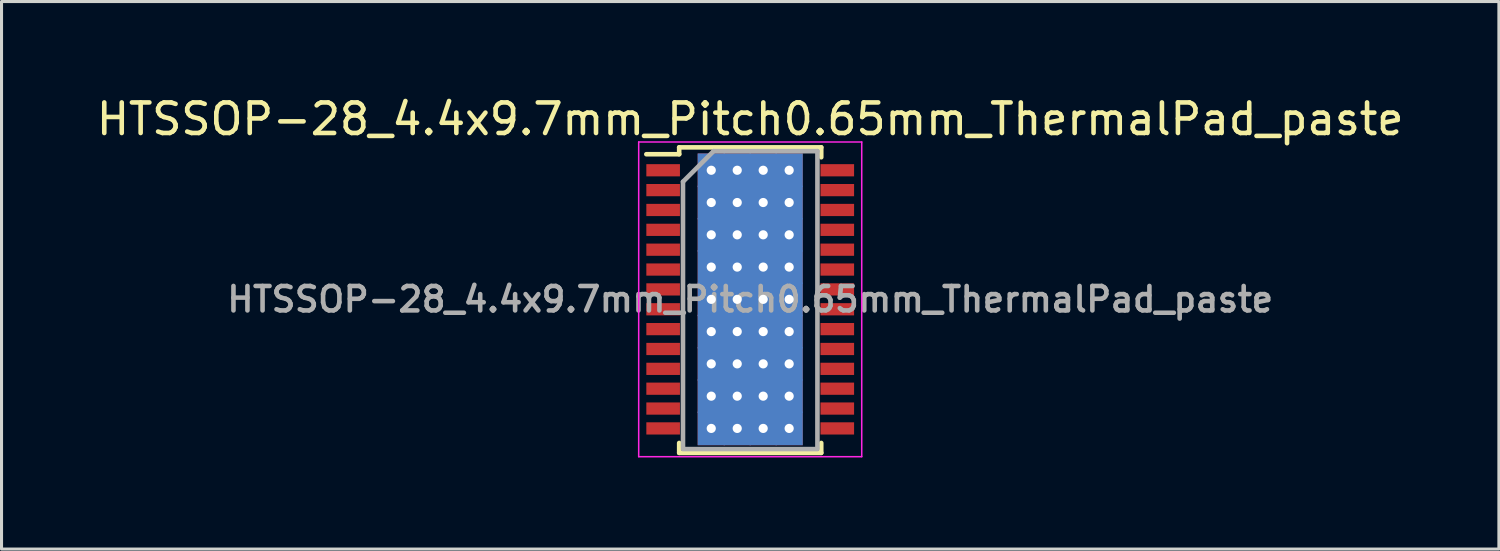
<source format=kicad_pcb>
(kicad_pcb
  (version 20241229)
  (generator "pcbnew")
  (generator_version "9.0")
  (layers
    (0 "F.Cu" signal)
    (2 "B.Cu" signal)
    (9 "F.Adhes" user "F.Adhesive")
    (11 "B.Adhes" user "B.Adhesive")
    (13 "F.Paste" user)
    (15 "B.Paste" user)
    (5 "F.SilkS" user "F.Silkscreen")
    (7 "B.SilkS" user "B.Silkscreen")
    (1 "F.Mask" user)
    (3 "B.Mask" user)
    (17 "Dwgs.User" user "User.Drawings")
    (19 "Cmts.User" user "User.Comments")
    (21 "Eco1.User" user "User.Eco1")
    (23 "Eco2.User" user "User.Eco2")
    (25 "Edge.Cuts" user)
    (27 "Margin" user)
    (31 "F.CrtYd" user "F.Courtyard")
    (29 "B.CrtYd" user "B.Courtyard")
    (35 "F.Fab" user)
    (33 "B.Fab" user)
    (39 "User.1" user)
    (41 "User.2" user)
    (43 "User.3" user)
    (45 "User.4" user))
  (footprint "HTSSOP-28_4.4x9.7mm_Pitch0.65mm_ThermalPad_paste"
    (layer "F.Cu")
    (at 21.506 6.748)
    (property "Reference" "HTSSOP-28_4.4x9.7mm_Pitch0.65mm_ThermalPad_paste" (at 0 -5.9 0) (layer "F.SilkS") (effects (font (size 1 1) (thickness 0.15))))
    (attr smd)
    (fp_line (start -2.325 -4.975) (end -2.325 -4.75) (stroke (width 0.15) (type solid)) (layer "F.SilkS"))
    (fp_line (start -2.325 -4.975) (end 2.325 -4.975) (stroke (width 0.15) (type solid)) (layer "F.SilkS"))
    (fp_line (start -2.325 -4.75) (end -3.4 -4.75) (stroke (width 0.15) (type solid)) (layer "F.SilkS"))
    (fp_line (start -2.325 5.026) (end -2.325 4.701) (stroke (width 0.15) (type solid)) (layer "F.SilkS"))
    (fp_line (start -2.325 5.026) (end 2.325 5.026) (stroke (width 0.15) (type solid)) (layer "F.SilkS"))
    (fp_line (start 2.325 -4.975) (end 2.325 -4.65) (stroke (width 0.15) (type solid)) (layer "F.SilkS"))
    (fp_line (start 2.325 5.026) (end 2.325 4.701) (stroke (width 0.15) (type solid)) (layer "F.SilkS"))
    (fp_line (start -3.65 -5.15) (end -3.65 5.15) (stroke (width 0.05) (type solid)) (layer "F.CrtYd"))
    (fp_line (start -3.65 -5.15) (end 3.65 -5.15) (stroke (width 0.05) (type solid)) (layer "F.CrtYd"))
    (fp_line (start -3.65 5.15) (end 3.65 5.15) (stroke (width 0.05) (type solid)) (layer "F.CrtYd"))
    (fp_line (start 3.65 -5.15) (end 3.65 5.15) (stroke (width 0.05) (type solid)) (layer "F.CrtYd"))
    (fp_line (start -2.2 -3.85) (end -1.2 -4.85) (stroke (width 0.15) (type solid)) (layer "F.Fab"))
    (fp_line (start -2.2 4.85) (end -2.2 -3.85) (stroke (width 0.15) (type solid)) (layer "F.Fab"))
    (fp_line (start -1.2 -4.85) (end 2.2 -4.85) (stroke (width 0.15) (type solid)) (layer "F.Fab"))
    (fp_line (start 2.2 -4.85) (end 2.2 4.85) (stroke (width 0.15) (type solid)) (layer "F.Fab"))
    (fp_line (start 2.2 4.901) (end -2.2 4.901) (stroke (width 0.15) (type solid)) (layer "F.Fab"))
    (fp_text user "${REFERENCE}" (at 0 0 0) (layer "F.Fab") (effects (font (size 0.8 0.8) (thickness 0.15))))
    (pad "" smd rect (at -0.9 -3.65) (size 0.5 0.5) (layers "F.Paste"))
    (pad "" smd rect (at -0.9 -2.6) (size 0.5 0.5) (layers "F.Paste"))
    (pad "" smd rect (at -0.9 2.65) (size 0.5 0.5) (layers "F.Paste"))
    (pad "" smd rect (at -0.9 3.7) (size 0.5 0.5) (layers "F.Paste"))
    (pad "" smd rect (at -0.85 -1.6) (size 0.5 0.5) (layers "F.Paste"))
    (pad "" smd rect (at -0.85 -0.5) (size 0.5 0.5) (layers "F.Paste"))
    (pad "" smd rect (at -0.85 0.55) (size 0.5 0.5) (layers "F.Paste"))
    (pad "" smd rect (at -0.85 1.6) (size 0.5 0.5) (layers "F.Paste"))
    (pad "" smd rect (at 0 -3.65) (size 0.5 0.5) (layers "F.Paste"))
    (pad "" smd rect (at 0 -2.6) (size 0.5 0.5) (layers "F.Paste"))
    (pad "" smd rect (at 0 -1.6) (size 0.5 0.5) (layers "F.Paste"))
    (pad "" smd rect (at 0 -0.5) (size 0.5 0.5) (layers "F.Paste"))
    (pad "" smd rect (at 0 0.55) (size 0.5 0.5) (layers "F.Paste"))
    (pad "" smd rect (at 0 1.6) (size 0.5 0.5) (layers "F.Paste"))
    (pad "" smd rect (at 0 2.65) (size 0.5 0.5) (layers "F.Paste"))
    (pad "" smd rect (at 0 3.7) (size 0.5 0.5) (layers "F.Paste"))
    (pad "" smd rect (at 0.85 -3.65) (size 0.5 0.5) (layers "F.Paste"))
    (pad "" smd rect (at 0.85 -2.6) (size 0.5 0.5) (layers "F.Paste"))
    (pad "" smd rect (at 0.85 -1.6) (size 0.5 0.5) (layers "F.Paste"))
    (pad "" smd rect (at 0.85 -0.5) (size 0.5 0.5) (layers "F.Paste"))
    (pad "" smd rect (at 0.85 0.55) (size 0.5 0.5) (layers "F.Paste"))
    (pad "" smd rect (at 0.85 1.6) (size 0.5 0.5) (layers "F.Paste"))
    (pad "" smd rect (at 0.85 2.65) (size 0.5 0.5) (layers "F.Paste"))
    (pad "" smd rect (at 0.85 3.7) (size 0.5 0.5) (layers "F.Paste"))
    (pad "1" smd rect (at -2.85 -4.225) (size 1.1 0.4) (layers "F.Cu" "F.Mask" "F.Paste"))
    (pad "2" smd rect (at -2.85 -3.575) (size 1.1 0.4) (layers "F.Cu" "F.Mask" "F.Paste"))
    (pad "3" smd rect (at -2.85 -2.925) (size 1.1 0.4) (layers "F.Cu" "F.Mask" "F.Paste"))
    (pad "4" smd rect (at -2.85 -2.275) (size 1.1 0.4) (layers "F.Cu" "F.Mask" "F.Paste"))
    (pad "5" smd rect (at -2.85 -1.625) (size 1.1 0.4) (layers "F.Cu" "F.Mask" "F.Paste"))
    (pad "6" smd rect (at -2.85 -0.975) (size 1.1 0.4) (layers "F.Cu" "F.Mask" "F.Paste"))
    (pad "7" smd rect (at -2.85 -0.325) (size 1.1 0.4) (layers "F.Cu" "F.Mask" "F.Paste"))
    (pad "8" smd rect (at -2.85 0.325) (size 1.1 0.4) (layers "F.Cu" "F.Mask" "F.Paste"))
    (pad "9" smd rect (at -2.85 0.975) (size 1.1 0.4) (layers "F.Cu" "F.Mask" "F.Paste"))
    (pad "10" smd rect (at -2.85 1.625) (size 1.1 0.4) (layers "F.Cu" "F.Mask" "F.Paste"))
    (pad "11" smd rect (at -2.85 2.275) (size 1.1 0.4) (layers "F.Cu" "F.Mask" "F.Paste"))
    (pad "12" smd rect (at -2.85 2.925) (size 1.1 0.4) (layers "F.Cu" "F.Mask" "F.Paste"))
    (pad "13" smd rect (at -2.85 3.575) (size 1.1 0.4) (layers "F.Cu" "F.Mask" "F.Paste"))
    (pad "14" smd rect (at -2.85 4.225) (size 1.1 0.4) (layers "F.Cu" "F.Mask" "F.Paste"))
    (pad "15" smd rect (at 2.85 4.225) (size 1.1 0.4) (layers "F.Cu" "F.Mask" "F.Paste"))
    (pad "16" smd rect (at 2.85 3.575) (size 1.1 0.4) (layers "F.Cu" "F.Mask" "F.Paste"))
    (pad "17" smd rect (at 2.85 2.925) (size 1.1 0.4) (layers "F.Cu" "F.Mask" "F.Paste"))
    (pad "18" smd rect (at 2.85 2.275) (size 1.1 0.4) (layers "F.Cu" "F.Mask" "F.Paste"))
    (pad "19" smd rect (at 2.85 1.625) (size 1.1 0.4) (layers "F.Cu" "F.Mask" "F.Paste"))
    (pad "20" smd rect (at 2.85 0.975) (size 1.1 0.4) (layers "F.Cu" "F.Mask" "F.Paste"))
    (pad "21" smd rect (at 2.85 0.325) (size 1.1 0.4) (layers "F.Cu" "F.Mask" "F.Paste"))
    (pad "22" smd rect (at 2.85 -0.325) (size 1.1 0.4) (layers "F.Cu" "F.Mask" "F.Paste"))
    (pad "23" smd rect (at 2.85 -0.975) (size 1.1 0.4) (layers "F.Cu" "F.Mask" "F.Paste"))
    (pad "24" smd rect (at 2.85 -1.625) (size 1.1 0.4) (layers "F.Cu" "F.Mask" "F.Paste"))
    (pad "25" smd rect (at 2.85 -2.275) (size 1.1 0.4) (layers "F.Cu" "F.Mask" "F.Paste"))
    (pad "26" smd rect (at 2.85 -2.925) (size 1.1 0.4) (layers "F.Cu" "F.Mask" "F.Paste"))
    (pad "27" smd rect (at 2.85 -3.575) (size 1.1 0.4) (layers "F.Cu" "F.Mask" "F.Paste"))
    (pad "28" smd rect (at 2.85 -4.225) (size 1.1 0.4) (layers "F.Cu" "F.Mask" "F.Paste"))
    (pad "29" thru_hole rect (at -1.275 -4.225) (size 0.89 1.1) (drill 0.3) (layers "*.Cu" "*.Mask"))
    (pad "29" thru_hole rect (at -1.275 -3.169) (size 0.89 1.1) (drill 0.3) (layers "*.Cu" "*.Mask"))
    (pad "29" thru_hole rect (at -1.275 -2.112) (size 0.89 1.1) (drill 0.3) (layers "*.Cu" "*.Mask"))
    (pad "29" thru_hole rect (at -1.275 -1.056) (size 0.89 1.1) (drill 0.3) (layers "*.Cu" "*.Mask"))
    (pad "29" thru_hole rect (at -1.275 0) (size 0.89 1.1) (drill 0.3) (layers "*.Cu" "*.Mask"))
    (pad "29" thru_hole rect (at -1.275 1.056) (size 0.89 1.1) (drill 0.3) (layers "*.Cu" "*.Mask"))
    (pad "29" thru_hole rect (at -1.275 2.112) (size 0.89 1.1) (drill 0.3) (layers "*.Cu" "*.Mask"))
    (pad "29" thru_hole rect (at -1.275 3.169) (size 0.89 1.1) (drill 0.3) (layers "*.Cu" "*.Mask"))
    (pad "29" thru_hole rect (at -1.275 4.225) (size 0.89 1.1) (drill 0.3) (layers "*.Cu" "*.Mask"))
    (pad "29" thru_hole rect (at -0.425 -4.225) (size 0.89 1.1) (drill 0.3) (layers "*.Cu" "*.Mask"))
    (pad "29" thru_hole rect (at -0.425 -3.169) (size 0.89 1.1) (drill 0.3) (layers "*.Cu" "*.Mask"))
    (pad "29" thru_hole rect (at -0.425 -2.112) (size 0.89 1.1) (drill 0.3) (layers "*.Cu" "*.Mask"))
    (pad "29" thru_hole rect (at -0.425 -1.056) (size 0.89 1.1) (drill 0.3) (layers "*.Cu" "*.Mask"))
    (pad "29" thru_hole rect (at -0.425 0) (size 0.89 1.1) (drill 0.3) (layers "*.Cu" "*.Mask"))
    (pad "29" thru_hole rect (at -0.425 1.056) (size 0.89 1.1) (drill 0.3) (layers "*.Cu" "*.Mask"))
    (pad "29" thru_hole rect (at -0.425 2.112) (size 0.89 1.1) (drill 0.3) (layers "*.Cu" "*.Mask"))
    (pad "29" thru_hole rect (at -0.425 3.169) (size 0.89 1.1) (drill 0.3) (layers "*.Cu" "*.Mask"))
    (pad "29" thru_hole rect (at -0.425 4.225) (size 0.89 1.1) (drill 0.3) (layers "*.Cu" "*.Mask"))
    (pad "29" thru_hole rect (at 0.425 -4.225) (size 0.89 1.1) (drill 0.3) (layers "*.Cu" "*.Mask"))
    (pad "29" thru_hole rect (at 0.425 -3.169) (size 0.89 1.1) (drill 0.3) (layers "*.Cu" "*.Mask"))
    (pad "29" thru_hole rect (at 0.425 -2.112) (size 0.89 1.1) (drill 0.3) (layers "*.Cu" "*.Mask"))
    (pad "29" thru_hole rect (at 0.425 -1.056) (size 0.89 1.1) (drill 0.3) (layers "*.Cu" "*.Mask"))
    (pad "29" thru_hole rect (at 0.425 0) (size 0.89 1.1) (drill 0.3) (layers "*.Cu" "*.Mask"))
    (pad "29" thru_hole rect (at 0.425 1.056) (size 0.89 1.1) (drill 0.3) (layers "*.Cu" "*.Mask"))
    (pad "29" thru_hole rect (at 0.425 2.112) (size 0.89 1.1) (drill 0.3) (layers "*.Cu" "*.Mask"))
    (pad "29" thru_hole rect (at 0.425 3.169) (size 0.89 1.1) (drill 0.3) (layers "*.Cu" "*.Mask"))
    (pad "29" thru_hole rect (at 0.425 4.225) (size 0.89 1.1) (drill 0.3) (layers "*.Cu" "*.Mask"))
    (pad "29" thru_hole rect (at 1.275 -4.225) (size 0.89 1.1) (drill 0.3) (layers "*.Cu" "*.Mask"))
    (pad "29" thru_hole rect (at 1.275 -3.169) (size 0.89 1.1) (drill 0.3) (layers "*.Cu" "*.Mask"))
    (pad "29" thru_hole rect (at 1.275 -2.112) (size 0.89 1.1) (drill 0.3) (layers "*.Cu" "*.Mask"))
    (pad "29" thru_hole rect (at 1.275 -1.056) (size 0.89 1.1) (drill 0.3) (layers "*.Cu" "*.Mask"))
    (pad "29" thru_hole rect (at 1.275 0) (size 0.89 1.1) (drill 0.3) (layers "*.Cu" "*.Mask"))
    (pad "29" thru_hole rect (at 1.275 1.056) (size 0.89 1.1) (drill 0.3) (layers "*.Cu" "*.Mask"))
    (pad "29" thru_hole rect (at 1.275 2.112) (size 0.89 1.1) (drill 0.3) (layers "*.Cu" "*.Mask"))
    (pad "29" thru_hole rect (at 1.275 3.169) (size 0.89 1.1) (drill 0.3) (layers "*.Cu" "*.Mask"))
    (pad "29" thru_hole rect (at 1.275 4.225) (size 0.89 1.1) (drill 0.3) (layers "*.Cu" "*.Mask")))
  (gr_rect
    (start -3 -3)
    (end 46.012 14.923)
    (stroke (width 0.1) (type default))
    (fill no)
    (layer "Edge.Cuts")))
</source>
